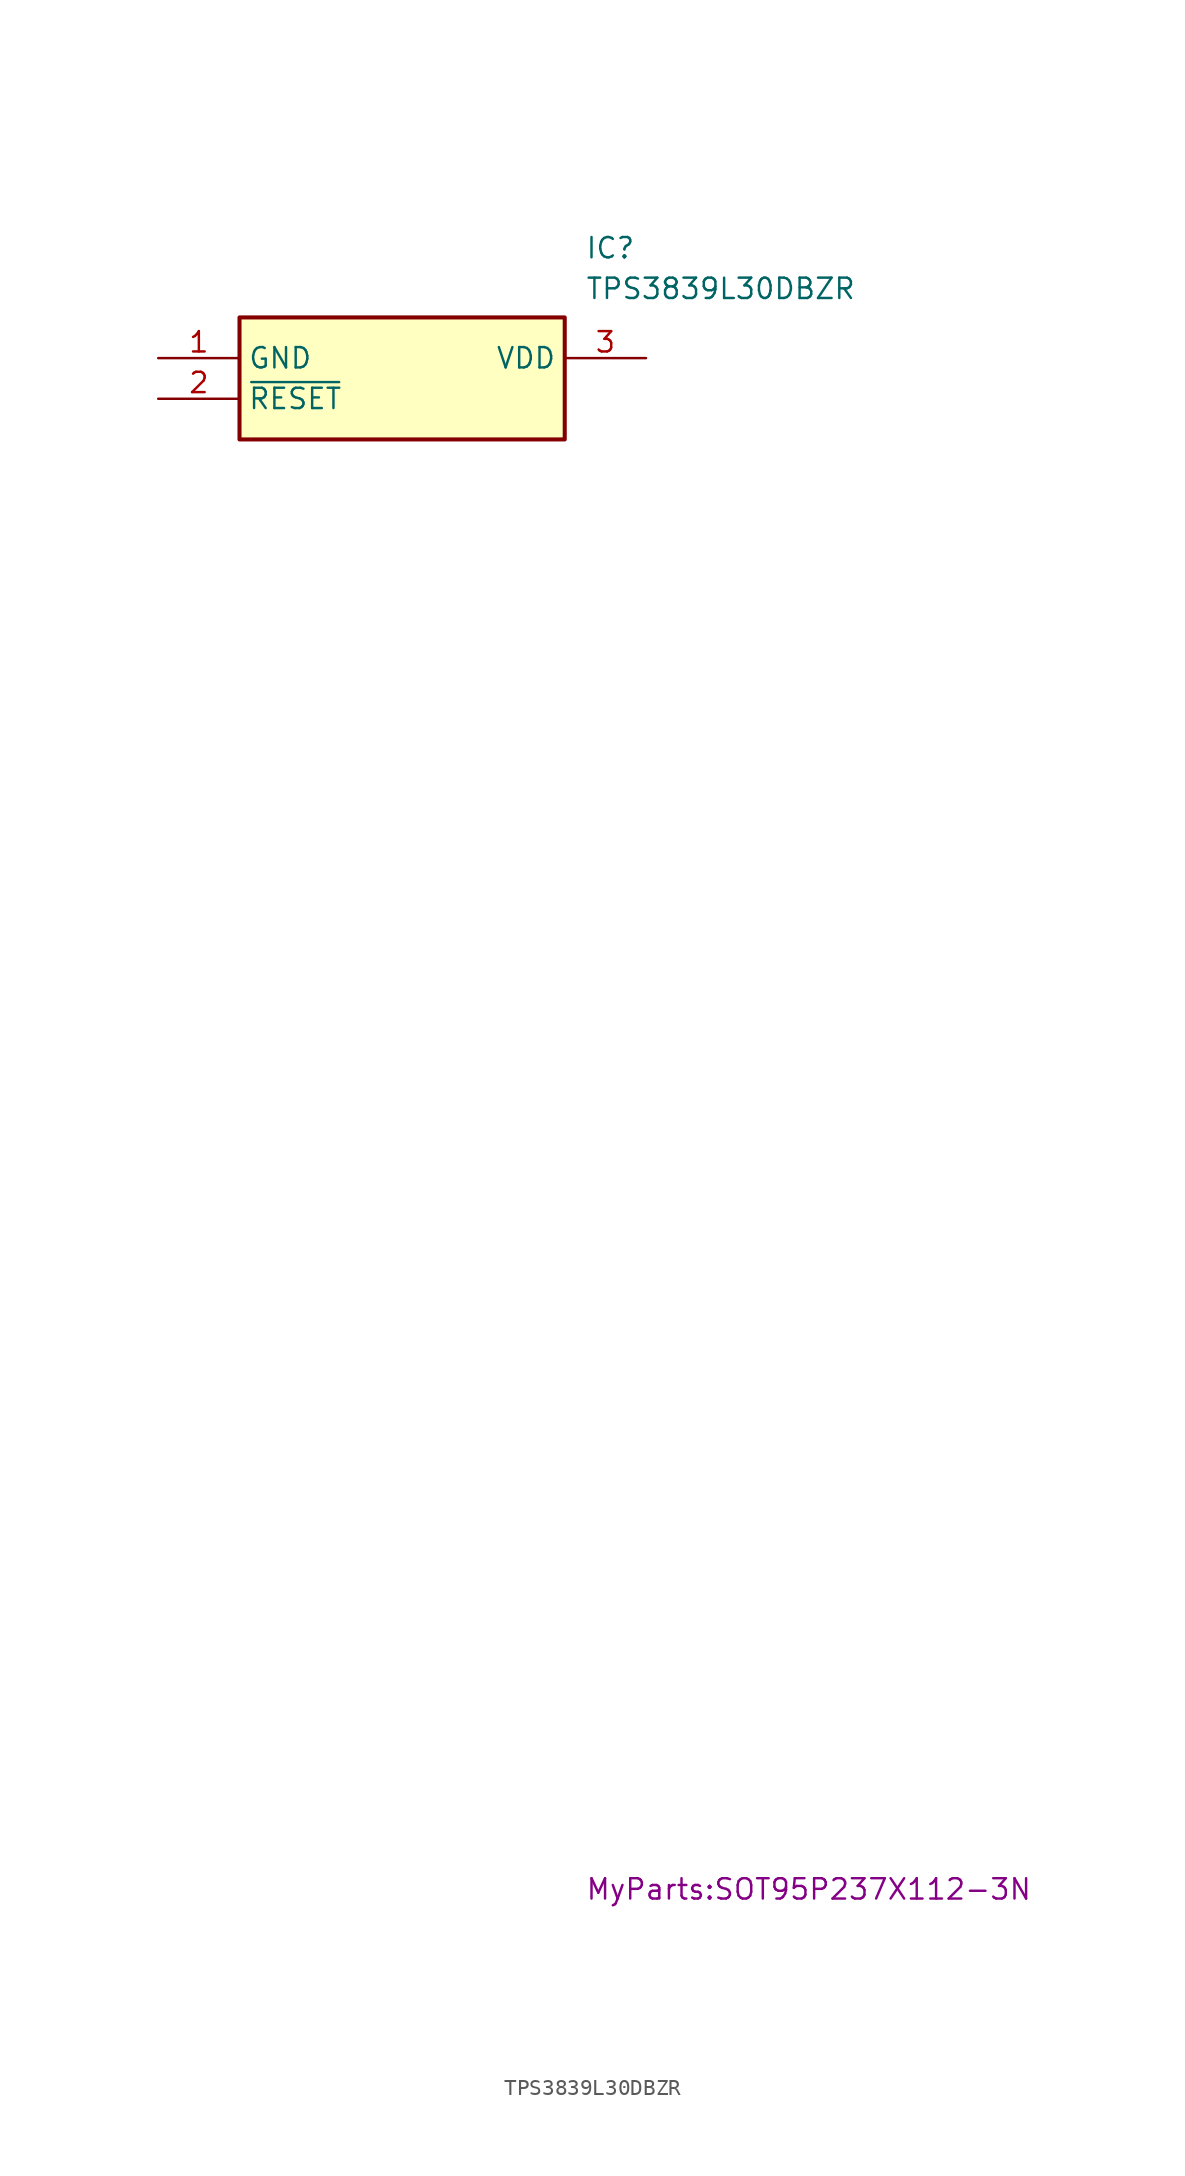
<source format=kicad_sym>
(kicad_symbol_lib
  (version 20241209)
  (generator "kicad_symbol_editor")
  (generator_version "9.0")
  (symbol "TPS3839L30DBZR"
    (property "Reference" "IC"
      (at 26.67 7.62 0)
      (effects (font (size 1.27 1.27)) (justify left top)))
    (property "Value" "TPS3839L30DBZR"
      (at 26.67 5.08 0)
      (effects (font (size 1.27 1.27)) (justify left top)))
    (property "Footprint" "MyParts:SOT95P237X112-3N"
      (at 26.67 -94.92 0)
      (effects (font (size 1.27 1.27)) (justify left top)))
    (symbol "TPS3839L30DBZR_1_1"
      (rectangle (start 5.08 2.54) (end 25.4 -5.08) (stroke (width 0.254) (type default)) (fill (type background)))
      (pin passive line (at 0 0 0) (length 5.08) (name "GND" (effects (font (size 1.27 1.27)))) (number "1" (effects (font (size 1.27 1.27)))))
      (pin passive line (at 0 -2.54 0) (length 5.08) (name "~{RESET}" (effects (font (size 1.27 1.27)))) (number "2" (effects (font (size 1.27 1.27)))))
      (pin passive line (at 30.48 0 180) (length 5.08) (name "VDD" (effects (font (size 1.27 1.27)))) (number "3" (effects (font (size 1.27 1.27))))))))
</source>
